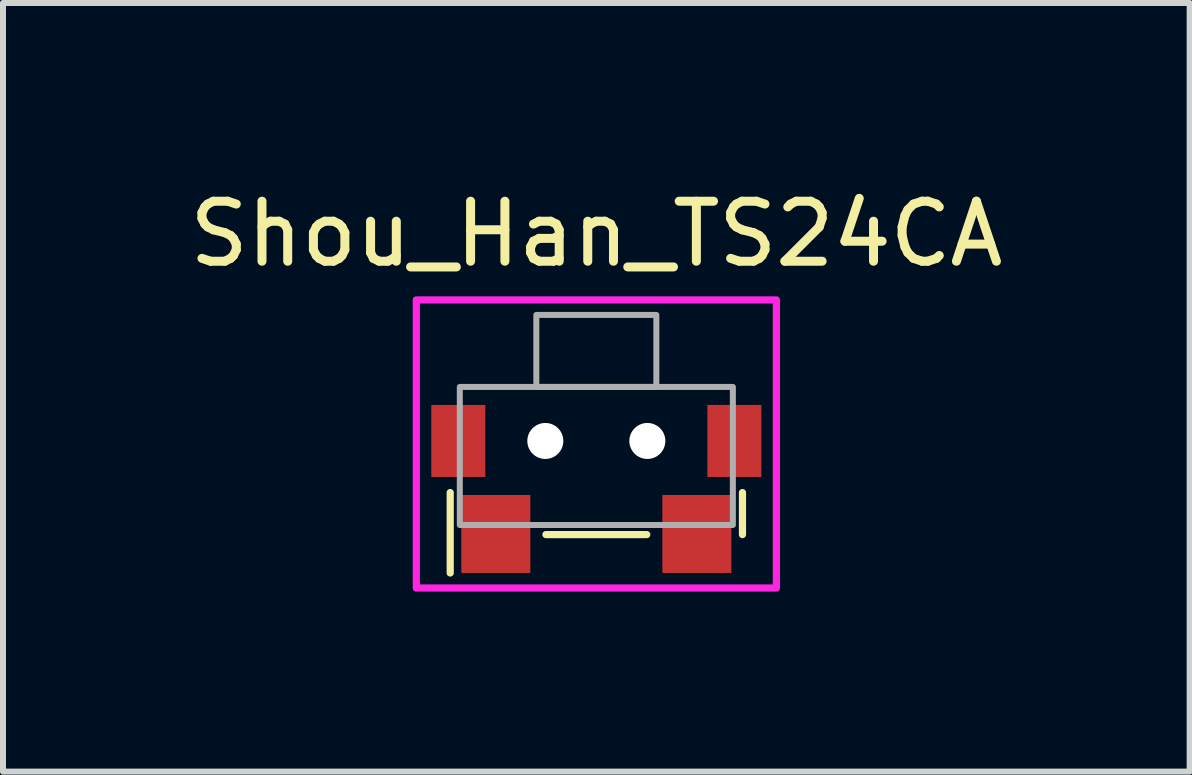
<source format=kicad_pcb>
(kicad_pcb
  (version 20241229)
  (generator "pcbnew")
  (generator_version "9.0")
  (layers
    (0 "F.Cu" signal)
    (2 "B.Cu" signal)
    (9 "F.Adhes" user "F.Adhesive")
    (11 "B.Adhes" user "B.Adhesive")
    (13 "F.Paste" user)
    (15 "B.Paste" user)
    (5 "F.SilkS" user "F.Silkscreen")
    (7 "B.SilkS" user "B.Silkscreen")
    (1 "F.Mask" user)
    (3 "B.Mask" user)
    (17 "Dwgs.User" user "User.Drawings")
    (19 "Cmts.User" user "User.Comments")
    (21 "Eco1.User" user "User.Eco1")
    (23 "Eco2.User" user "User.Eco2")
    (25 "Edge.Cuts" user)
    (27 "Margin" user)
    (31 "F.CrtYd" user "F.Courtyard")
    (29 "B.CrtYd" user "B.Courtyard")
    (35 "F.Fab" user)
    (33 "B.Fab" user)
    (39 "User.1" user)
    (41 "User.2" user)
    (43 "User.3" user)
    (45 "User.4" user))
  (footprint "Shou_Han_TS24CA"
    (layer "F.Cu")
    (at 6.887 4.348)
    (property "Reference" "Shou_Han_TS24CA" (at 0 -3.5 0) (unlocked yes) (layer "F.SilkS") (effects (font (size 1 1) (thickness 0.15))))
    (attr smd)
    (fp_line (start -2.435 2.15) (end -2.435 0.81) (stroke (width 0.12) (type solid)) (layer "F.SilkS"))
    (fp_line (start -0.84 1.51) (end 0.84 1.51) (stroke (width 0.12) (type solid)) (layer "F.SilkS"))
    (fp_line (start 2.435 1.51) (end 2.435 0.81) (stroke (width 0.12) (type solid)) (layer "F.SilkS"))
    (fp_rect (start -3 -2.4) (end 3 2.4) (stroke (width 0.12) (type solid)) (fill no) (layer "F.CrtYd"))
    (fp_rect (start -2.275 -0.95) (end 2.275 1.35) (stroke (width 0.1) (type solid)) (fill no) (layer "F.Fab"))
    (fp_rect (start -1 -2.15) (end 1 -0.95) (stroke (width 0.1) (type solid)) (fill no) (layer "F.Fab"))
    (pad "" np_thru_hole circle (at -0.85 -0.05) (size 0.6 0.6) (drill 0.6) (layers "*.Cu" "*.Mask"))
    (pad "" np_thru_hole circle (at 0.85 -0.05) (size 0.6 0.6) (drill 0.6) (layers "*.Cu" "*.Mask"))
    (pad "1" smd rect (at -1.675 1.5) (size 1.15 1.3) (layers "F.Cu" "F.Mask" "F.Paste"))
    (pad "2" smd rect (at 1.675 1.5) (size 1.15 1.3) (layers "F.Cu" "F.Mask" "F.Paste"))
    (pad "3" smd rect (at -2.3 -0.05) (size 0.9 1.2) (layers "F.Cu" "F.Mask" "F.Paste"))
    (pad "3" smd rect (at 2.3 -0.05) (size 0.9 1.2) (layers "F.Cu" "F.Mask" "F.Paste")))
  (gr_rect
    (start -3 -3)
    (end 16.774 9.808)
    (stroke (width 0.1) (type default))
    (fill no)
    (layer "Edge.Cuts")))
</source>
